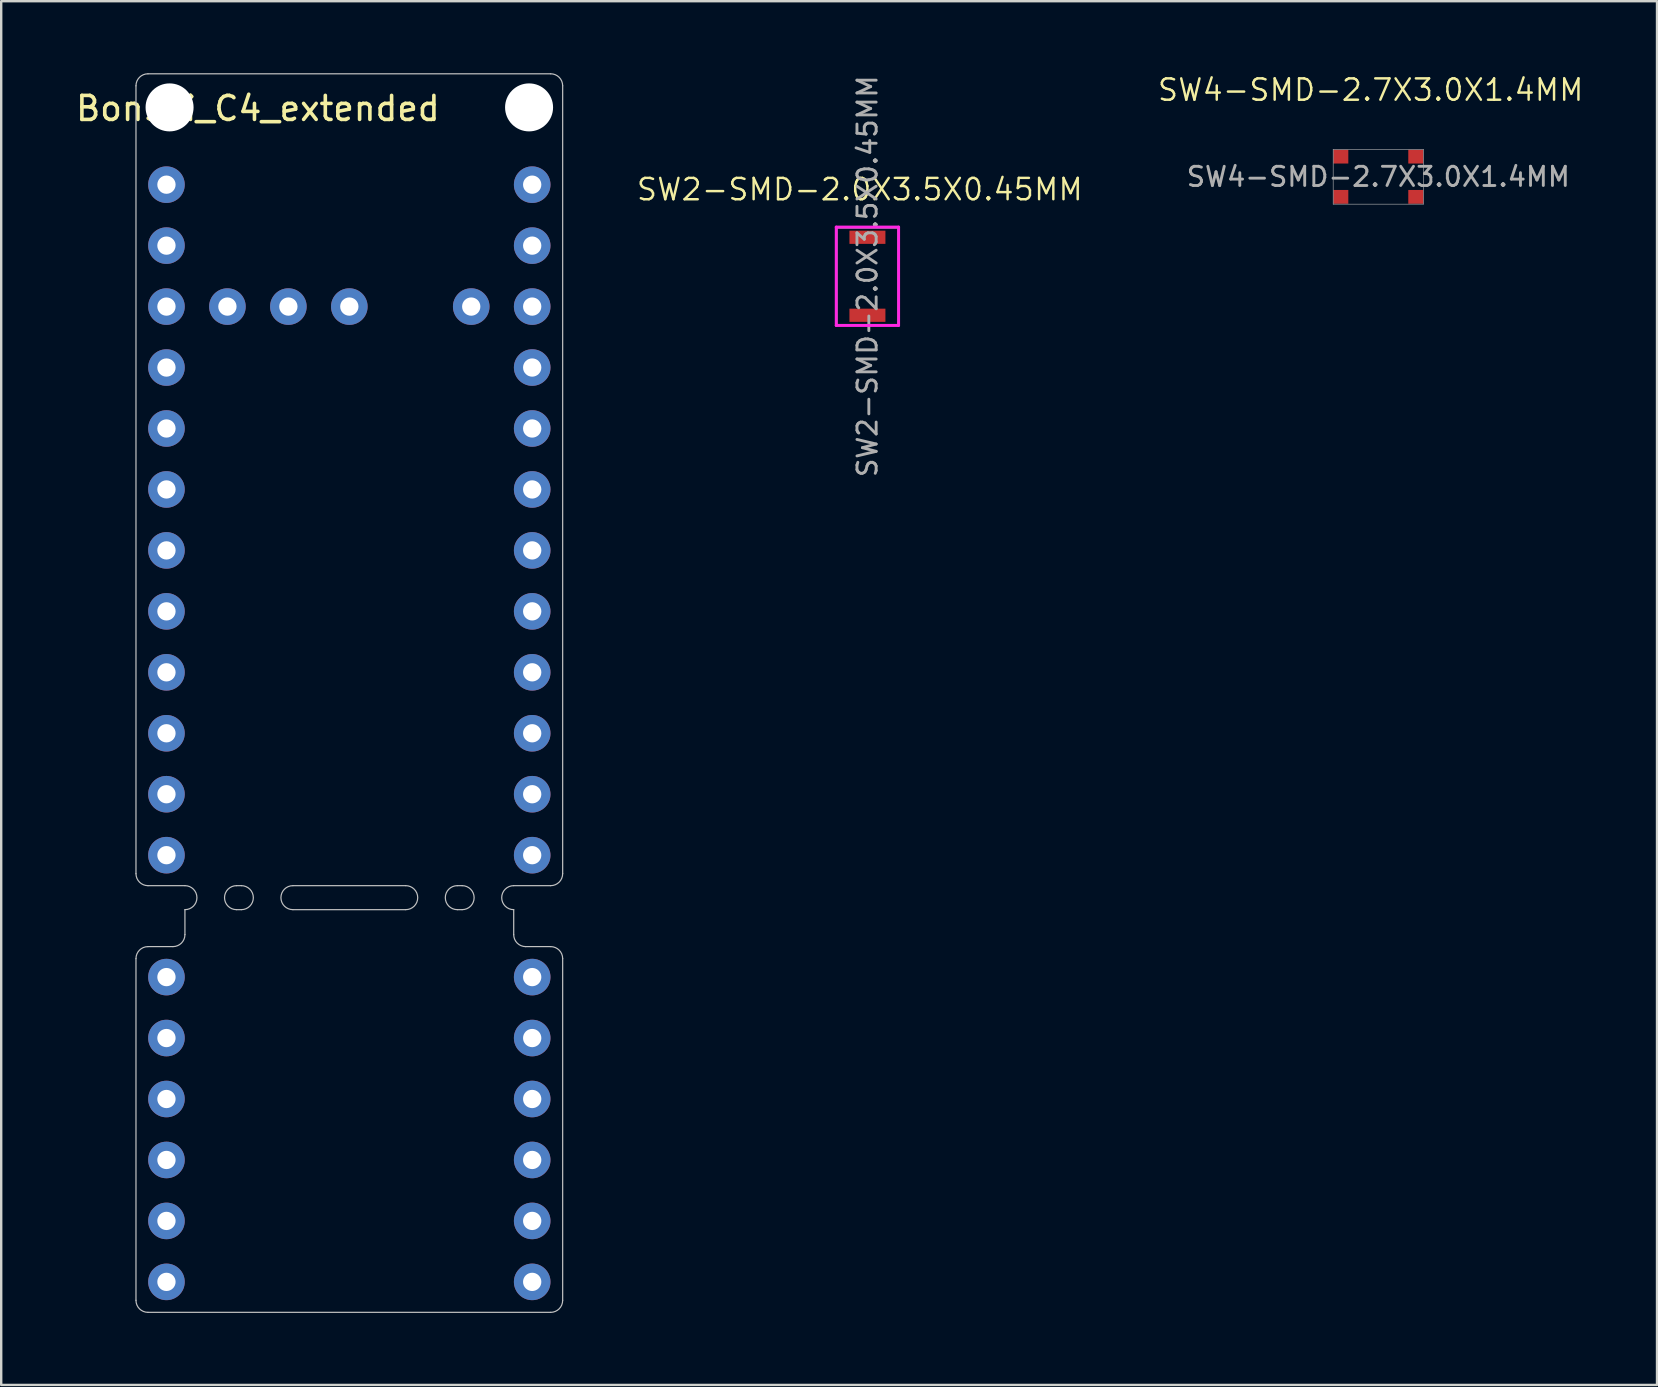
<source format=kicad_pcb>
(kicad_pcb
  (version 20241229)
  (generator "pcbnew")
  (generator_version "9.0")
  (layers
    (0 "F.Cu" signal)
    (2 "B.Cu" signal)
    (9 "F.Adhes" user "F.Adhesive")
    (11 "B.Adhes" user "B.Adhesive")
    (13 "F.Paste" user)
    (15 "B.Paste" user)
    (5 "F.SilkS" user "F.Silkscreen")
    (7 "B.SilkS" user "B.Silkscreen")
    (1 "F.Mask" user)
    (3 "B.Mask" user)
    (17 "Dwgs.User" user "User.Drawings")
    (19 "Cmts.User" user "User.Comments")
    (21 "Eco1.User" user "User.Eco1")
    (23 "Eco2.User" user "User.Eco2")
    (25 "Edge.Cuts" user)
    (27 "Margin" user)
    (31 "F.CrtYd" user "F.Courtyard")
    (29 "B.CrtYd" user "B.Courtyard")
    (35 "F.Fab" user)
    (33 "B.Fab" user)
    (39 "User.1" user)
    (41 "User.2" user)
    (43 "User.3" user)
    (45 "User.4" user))
  (footprint "SW2-SMD-2.0X3.5X0.45MM"
    (layer "F.Cu")
    (at 33.095 8.462)
    (property "Reference" "SW2-SMD-2.0X3.5X0.45MM" (at -0.318 -3.617 0) (layer "F.SilkS") (effects (font (size 0.889 0.889) (thickness 0.102))))
    (attr smd)
    (fp_line (start -1.3 -2.05) (end -1.3 2.05) (stroke (width 0.12) (type solid)) (layer "F.CrtYd"))
    (fp_line (start -1.3 2.05) (end 1.3 2.05) (stroke (width 0.12) (type solid)) (layer "F.CrtYd"))
    (fp_line (start 1.3 -2.05) (end -1.3 -2.05) (stroke (width 0.12) (type solid)) (layer "F.CrtYd"))
    (fp_line (start 1.3 2.05) (end 1.3 -2.05) (stroke (width 0.12) (type solid)) (layer "F.CrtYd"))
    (fp_line (start -1.25 -2) (end 1.25 -2) (stroke (width 0.025) (type solid)) (layer "F.Fab"))
    (fp_line (start -1.25 2) (end -1.25 -2) (stroke (width 0.025) (type solid)) (layer "F.Fab"))
    (fp_line (start 1.25 -2) (end 1.25 2) (stroke (width 0.025) (type solid)) (layer "F.Fab"))
    (fp_line (start 1.25 2) (end -1.25 2) (stroke (width 0.025) (type solid)) (layer "F.Fab"))
    (fp_text user "${REFERENCE}" (at 0 0 90) (layer "F.Fab") (effects (font (size 0.8 0.8) (thickness 0.12))))
    (pad "2" smd rect (at 0 -1.625 90) (size 0.55 1.5) (layers "F.Cu" "F.Mask" "F.Paste"))
    (pad "4" smd rect (at 0 1.625 90) (size 0.55 1.5) (layers "F.Cu" "F.Mask" "F.Paste")))
  (footprint "SW4-SMD-2.7X3.0X1.4MM"
    (layer "F.Cu")
    (at 54.383 4.315)
    (property "Reference" "SW4-SMD-2.7X3.0X1.4MM" (at -0.318 -3.617 0) (layer "F.SilkS") (effects (font (size 0.889 0.889) (thickness 0.102))))
    (attr smd)
    (fp_line (start -1.88 -1.143) (end 1.88 -1.143) (stroke (width 0.025) (type solid)) (layer "F.Fab"))
    (fp_line (start -1.88 1.143) (end -1.88 -1.143) (stroke (width 0.025) (type solid)) (layer "F.Fab"))
    (fp_line (start 1.88 -1.143) (end 1.88 1.143) (stroke (width 0.025) (type solid)) (layer "F.Fab"))
    (fp_line (start 1.88 1.143) (end -1.88 1.143) (stroke (width 0.025) (type solid)) (layer "F.Fab"))
    (fp_text user "${REFERENCE}" (at 0 0 0) (layer "F.Fab") (effects (font (size 0.8 0.8) (thickness 0.12))))
    (pad "1" smd rect (at -1.562 -0.838) (size 0.625 0.575) (layers "F.Cu" "F.Mask" "F.Paste"))
    (pad "2" smd rect (at 1.562 -0.838) (size 0.625 0.575) (layers "F.Cu" "F.Mask" "F.Paste"))
    (pad "3" smd rect (at -1.562 0.838) (size 0.625 0.575) (layers "F.Cu" "F.Mask" "F.Paste"))
    (pad "4" smd rect (at 1.562 0.838) (size 0.625 0.575) (layers "F.Cu" "F.Mask" "F.Paste")))
  (footprint "Bonsai_C4_extended"
    (layer "F.Cu")
    (at 3.886 4.645)
    (property "Reference" "Bonsai_C4_extended" (at 3.81 -3.175 0) (layer "F.SilkS") (effects (font (size 1 1) (thickness 0.15))))
    (attr through_hole)
    (fp_line (start -1.27 -4.12) (end -1.27 28.71) (stroke (width 0.05) (type solid)) (layer "Dwgs.User"))
    (fp_line (start -1.27 32.25) (end -1.27 46.49) (stroke (width 0.05) (type solid)) (layer "Dwgs.User"))
    (fp_line (start -0.77 29.21) (end 0.77 29.21) (stroke (width 0.05) (type solid)) (layer "Dwgs.User"))
    (fp_line (start -0.77 46.99) (end 16.01 46.99) (stroke (width 0.05) (type solid)) (layer "Dwgs.User"))
    (fp_line (start 0.27 31.75) (end -0.77 31.75) (stroke (width 0.05) (type solid)) (layer "Dwgs.User"))
    (fp_line (start 0.77 31.25) (end 0.77 30.21) (stroke (width 0.05) (type solid)) (layer "Dwgs.User"))
    (fp_line (start 2.92 29.21) (end 3.12 29.21) (stroke (width 0.05) (type solid)) (layer "Dwgs.User"))
    (fp_line (start 2.92 30.21) (end 3.12 30.21) (stroke (width 0.05) (type solid)) (layer "Dwgs.User"))
    (fp_line (start 5.27 30.21) (end 9.97 30.21) (stroke (width 0.05) (type solid)) (layer "Dwgs.User"))
    (fp_line (start 9.97 29.21) (end 5.27 29.21) (stroke (width 0.05) (type solid)) (layer "Dwgs.User"))
    (fp_line (start 12.12 29.21) (end 12.32 29.21) (stroke (width 0.05) (type solid)) (layer "Dwgs.User"))
    (fp_line (start 12.12 30.21) (end 12.32 30.21) (stroke (width 0.05) (type solid)) (layer "Dwgs.User"))
    (fp_line (start 14.47 31.25) (end 14.47 30.21) (stroke (width 0.05) (type solid)) (layer "Dwgs.User"))
    (fp_line (start 14.97 31.75) (end 16.01 31.75) (stroke (width 0.05) (type solid)) (layer "Dwgs.User"))
    (fp_line (start 16.01 -4.62) (end -0.77 -4.62) (stroke (width 0.05) (type solid)) (layer "Dwgs.User"))
    (fp_line (start 16.01 29.21) (end 14.47 29.21) (stroke (width 0.05) (type solid)) (layer "Dwgs.User"))
    (fp_line (start 16.51 28.71) (end 16.51 -4.12) (stroke (width 0.05) (type solid)) (layer "Dwgs.User"))
    (fp_line (start 16.51 32.25) (end 16.51 46.49) (stroke (width 0.05) (type solid)) (layer "Dwgs.User"))
    (fp_arc (start -1.27 -4.12) (mid -1.123553 -4.473553) (end -0.77 -4.62) (stroke (width 0.05) (type solid)) (layer "Dwgs.User"))
    (fp_arc (start -1.27 32.25) (mid -1.123553 31.896447) (end -0.77 31.75) (stroke (width 0.05) (type solid)) (layer "Dwgs.User"))
    (fp_arc (start -0.77 29.21) (mid -1.123553 29.063553) (end -1.27 28.71) (stroke (width 0.05) (type solid)) (layer "Dwgs.User"))
    (fp_arc (start -0.77 46.99) (mid -1.123553 46.843553) (end -1.27 46.49) (stroke (width 0.05) (type solid)) (layer "Dwgs.User"))
    (fp_arc (start 0.77 29.21) (mid 1.27 29.71) (end 0.77 30.21) (stroke (width 0.05) (type solid)) (layer "Dwgs.User"))
    (fp_arc (start 0.77 31.25) (mid 0.623553 31.603553) (end 0.27 31.75) (stroke (width 0.05) (type solid)) (layer "Dwgs.User"))
    (fp_arc (start 2.92 30.21) (mid 2.42 29.71) (end 2.92 29.21) (stroke (width 0.05) (type solid)) (layer "Dwgs.User"))
    (fp_arc (start 3.12 29.21) (mid 3.62 29.71) (end 3.12 30.21) (stroke (width 0.05) (type solid)) (layer "Dwgs.User"))
    (fp_arc (start 5.27 30.21) (mid 4.77 29.71) (end 5.27 29.21) (stroke (width 0.05) (type solid)) (layer "Dwgs.User"))
    (fp_arc (start 9.97 29.21) (mid 10.47 29.71) (end 9.97 30.21) (stroke (width 0.05) (type solid)) (layer "Dwgs.User"))
    (fp_arc (start 12.12 30.21) (mid 11.62 29.71) (end 12.12 29.21) (stroke (width 0.05) (type solid)) (layer "Dwgs.User"))
    (fp_arc (start 12.32 29.21) (mid 12.82 29.71) (end 12.32 30.21) (stroke (width 0.05) (type solid)) (layer "Dwgs.User"))
    (fp_arc (start 14.47 30.21) (mid 13.97 29.71) (end 14.47 29.21) (stroke (width 0.05) (type solid)) (layer "Dwgs.User"))
    (fp_arc (start 14.97 31.75) (mid 14.616447 31.603553) (end 14.47 31.25) (stroke (width 0.05) (type solid)) (layer "Dwgs.User"))
    (fp_arc (start 16.01 -4.62) (mid 16.363553 -4.473553) (end 16.51 -4.12) (stroke (width 0.05) (type solid)) (layer "Dwgs.User"))
    (fp_arc (start 16.01 31.75) (mid 16.363553 31.896447) (end 16.51 32.25) (stroke (width 0.05) (type solid)) (layer "Dwgs.User"))
    (fp_arc (start 16.51 28.71) (mid 16.363553 29.063553) (end 16.01 29.21) (stroke (width 0.05) (type solid)) (layer "Dwgs.User"))
    (fp_arc (start 16.51 46.49) (mid 16.363553 46.843553) (end 16.01 46.99) (stroke (width 0.05) (type solid)) (layer "Dwgs.User"))
    (pad "" np_thru_hole circle (at 0.13 -3.22) (size 2 2) (drill 2) (layers "*.Cu" "*.Mask"))
    (pad "" np_thru_hole circle (at 15.11 -3.22) (size 2 2) (drill 2) (layers "*.Cu" "*.Mask"))
    (pad "1" thru_hole circle (at 0 0) (size 1.524 1.524) (drill 0.762) (layers "*.Cu" "*.Mask"))
    (pad "2" thru_hole circle (at 0 2.54) (size 1.524 1.524) (drill 0.762) (layers "*.Cu" "*.Mask"))
    (pad "3" thru_hole circle (at 0 5.08) (size 1.524 1.524) (drill 0.762) (layers "*.Cu" "*.Mask"))
    (pad "4" thru_hole circle (at 0 7.62) (size 1.524 1.524) (drill 0.762) (layers "*.Cu" "*.Mask"))
    (pad "5" thru_hole circle (at 0 10.16) (size 1.524 1.524) (drill 0.762) (layers "*.Cu" "*.Mask"))
    (pad "6" thru_hole circle (at 0 12.7) (size 1.524 1.524) (drill 0.762) (layers "*.Cu" "*.Mask"))
    (pad "7" thru_hole circle (at 0 15.24) (size 1.524 1.524) (drill 0.762) (layers "*.Cu" "*.Mask"))
    (pad "8" thru_hole circle (at 0 17.78) (size 1.524 1.524) (drill 0.762) (layers "*.Cu" "*.Mask"))
    (pad "9" thru_hole circle (at 0 20.32) (size 1.524 1.524) (drill 0.762) (layers "*.Cu" "*.Mask"))
    (pad "10" thru_hole circle (at 0 22.86) (size 1.524 1.524) (drill 0.762) (layers "*.Cu" "*.Mask"))
    (pad "11" thru_hole circle (at 0 25.4) (size 1.524 1.524) (drill 0.762) (layers "*.Cu" "*.Mask"))
    (pad "12" thru_hole circle (at 0 27.94) (size 1.524 1.524) (drill 0.762) (layers "*.Cu" "*.Mask"))
    (pad "13" thru_hole circle (at 2.54 5.08) (size 1.524 1.524) (drill 0.762) (layers "*.Cu" "*.Mask"))
    (pad "14" thru_hole circle (at 5.08 5.08) (size 1.524 1.524) (drill 0.762) (layers "*.Cu" "*.Mask"))
    (pad "15" thru_hole circle (at 7.62 5.08) (size 1.524 1.524) (drill 0.762) (layers "*.Cu" "*.Mask"))
    (pad "16" thru_hole circle (at 12.7 5.08) (size 1.524 1.524) (drill 0.762) (layers "*.Cu" "*.Mask"))
    (pad "17" thru_hole circle (at 15.24 0) (size 1.524 1.524) (drill 0.762) (layers "*.Cu" "*.Mask"))
    (pad "18" thru_hole circle (at 15.24 2.54) (size 1.524 1.524) (drill 0.762) (layers "*.Cu" "*.Mask"))
    (pad "19" thru_hole circle (at 15.24 5.08) (size 1.524 1.524) (drill 0.762) (layers "*.Cu" "*.Mask"))
    (pad "20" thru_hole circle (at 15.24 7.62) (size 1.524 1.524) (drill 0.762) (layers "*.Cu" "*.Mask"))
    (pad "21" thru_hole circle (at 15.24 10.16) (size 1.524 1.524) (drill 0.762) (layers "*.Cu" "*.Mask"))
    (pad "22" thru_hole circle (at 15.24 12.7) (size 1.524 1.524) (drill 0.762) (layers "*.Cu" "*.Mask"))
    (pad "23" thru_hole circle (at 15.24 15.24) (size 1.524 1.524) (drill 0.762) (layers "*.Cu" "*.Mask"))
    (pad "24" thru_hole circle (at 15.24 20.32) (size 1.524 1.524) (drill 0.762) (layers "*.Cu" "*.Mask"))
    (pad "25" thru_hole circle (at 15.24 17.78) (size 1.524 1.524) (drill 0.762) (layers "*.Cu" "*.Mask"))
    (pad "26" thru_hole circle (at 15.24 22.86) (size 1.524 1.524) (drill 0.762) (layers "*.Cu" "*.Mask"))
    (pad "27" thru_hole circle (at 15.24 25.4) (size 1.524 1.524) (drill 0.762) (layers "*.Cu" "*.Mask"))
    (pad "28" thru_hole circle (at 15.24 27.94) (size 1.524 1.524) (drill 0.762) (layers "*.Cu" "*.Mask"))
    (pad "29" thru_hole circle (at 0 33.02) (size 1.524 1.524) (drill 0.762) (layers "*.Cu" "*.Mask"))
    (pad "30" thru_hole circle (at 0 35.56) (size 1.524 1.524) (drill 0.762) (layers "*.Cu" "*.Mask"))
    (pad "31" thru_hole circle (at 0 38.1) (size 1.524 1.524) (drill 0.762) (layers "*.Cu" "*.Mask"))
    (pad "32" thru_hole circle (at 0 40.64) (size 1.524 1.524) (drill 0.762) (layers "*.Cu" "*.Mask"))
    (pad "33" thru_hole circle (at 0 43.18) (size 1.524 1.524) (drill 0.762) (layers "*.Cu" "*.Mask"))
    (pad "34" thru_hole circle (at 0 45.72) (size 1.524 1.524) (drill 0.762) (layers "*.Cu" "*.Mask"))
    (pad "35" thru_hole circle (at 15.24 33.02) (size 1.524 1.524) (drill 0.762) (layers "*.Cu" "*.Mask"))
    (pad "36" thru_hole circle (at 15.24 35.56) (size 1.524 1.524) (drill 0.762) (layers "*.Cu" "*.Mask"))
    (pad "37" thru_hole circle (at 15.24 38.1) (size 1.524 1.524) (drill 0.762) (layers "*.Cu" "*.Mask"))
    (pad "38" thru_hole circle (at 15.24 40.64) (size 1.524 1.524) (drill 0.762) (layers "*.Cu" "*.Mask"))
    (pad "39" thru_hole circle (at 15.24 43.18) (size 1.524 1.524) (drill 0.762) (layers "*.Cu" "*.Mask"))
    (pad "40" thru_hole circle (at 15.24 45.72) (size 1.524 1.524) (drill 0.762) (layers "*.Cu" "*.Mask")))
  (gr_rect
    (start -3 -3)
    (end 65.997 54.66)
    (stroke (width 0.1) (type default))
    (fill no)
    (layer "Edge.Cuts")))
</source>
